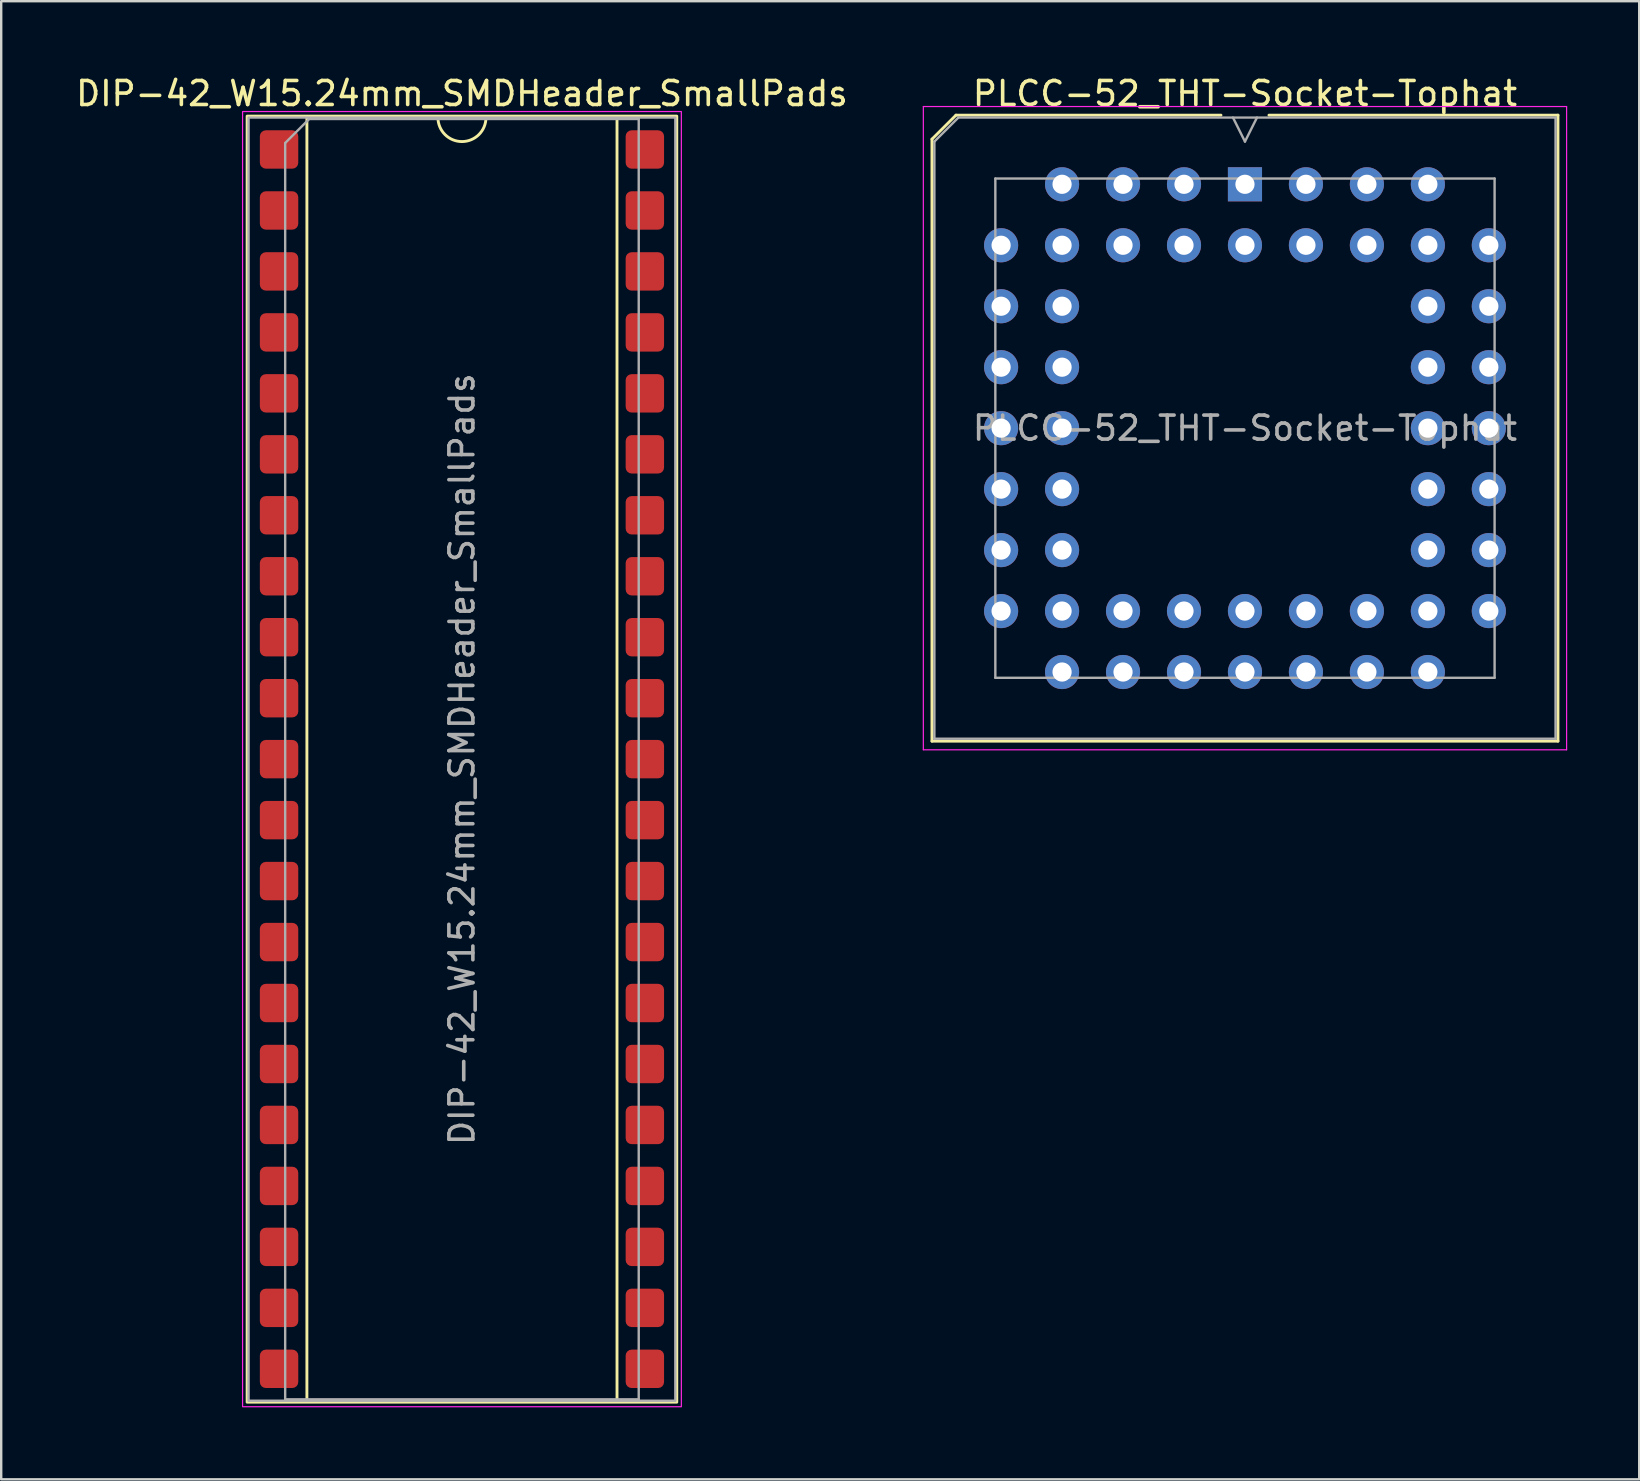
<source format=kicad_pcb>
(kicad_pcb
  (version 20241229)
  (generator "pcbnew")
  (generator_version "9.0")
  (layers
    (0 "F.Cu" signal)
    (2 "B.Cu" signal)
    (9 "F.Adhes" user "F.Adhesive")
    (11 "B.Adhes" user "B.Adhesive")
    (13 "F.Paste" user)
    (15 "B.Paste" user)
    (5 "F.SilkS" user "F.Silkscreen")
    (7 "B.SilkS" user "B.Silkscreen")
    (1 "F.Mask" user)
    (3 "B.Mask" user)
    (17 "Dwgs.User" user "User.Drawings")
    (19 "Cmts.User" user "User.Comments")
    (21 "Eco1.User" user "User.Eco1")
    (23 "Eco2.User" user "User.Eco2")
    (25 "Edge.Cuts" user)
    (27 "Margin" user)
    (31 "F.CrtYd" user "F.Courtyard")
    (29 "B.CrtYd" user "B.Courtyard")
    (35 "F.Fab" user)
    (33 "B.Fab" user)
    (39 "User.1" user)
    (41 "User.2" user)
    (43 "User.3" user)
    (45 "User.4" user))
  (footprint "DIP-42_W15.24mm_SMDHeader_SmallPads"
    (layer "F.Cu")
    (at 16.196 28.578)
    (property "Reference" "DIP-42_W15.24mm_SMDHeader_SmallPads" (at 0 -27.73 0) (layer "F.SilkS") (effects (font (size 1 1) (thickness 0.15))))
    (attr smd)
    (fp_line (start -6.46 -26.73) (end -6.46 26.73) (stroke (width 0.12) (type solid)) (layer "F.SilkS"))
    (fp_line (start -6.46 26.73) (end 6.46 26.73) (stroke (width 0.12) (type solid)) (layer "F.SilkS"))
    (fp_line (start -1 -26.73) (end -6.46 -26.73) (stroke (width 0.12) (type solid)) (layer "F.SilkS"))
    (fp_line (start 6.46 -26.73) (end 1 -26.73) (stroke (width 0.12) (type solid)) (layer "F.SilkS"))
    (fp_line (start 6.46 26.73) (end 6.46 -26.73) (stroke (width 0.12) (type solid)) (layer "F.SilkS"))
    (fp_rect (start -8.95 -26.79) (end 8.95 26.79) (stroke (width 0.12) (type solid)) (fill no) (layer "F.SilkS"))
    (fp_arc (start 1 -26.73) (mid 0 -25.73) (end -1 -26.73) (stroke (width 0.12) (type solid)) (layer "F.SilkS"))
    (fp_rect (start -9.14 -26.98) (end 9.14 26.98) (stroke (width 0.05) (type solid)) (fill no) (layer "F.CrtYd"))
    (fp_line (start -7.365 -25.67) (end -6.365 -26.67) (stroke (width 0.1) (type solid)) (layer "F.Fab"))
    (fp_line (start -7.365 26.67) (end -7.365 -25.67) (stroke (width 0.1) (type solid)) (layer "F.Fab"))
    (fp_line (start -6.365 -26.67) (end 7.365 -26.67) (stroke (width 0.1) (type solid)) (layer "F.Fab"))
    (fp_line (start 7.365 -26.67) (end 7.365 26.67) (stroke (width 0.1) (type solid)) (layer "F.Fab"))
    (fp_line (start 7.365 26.67) (end -7.365 26.67) (stroke (width 0.1) (type solid)) (layer "F.Fab"))
    (fp_rect (start -8.89 -26.73) (end 8.89 26.73) (stroke (width 0.1) (type solid)) (fill no) (layer "F.Fab"))
    (fp_text user "${REFERENCE}" (at 0 0 90) (layer "F.Fab") (effects (font (size 1 1) (thickness 0.15))))
    (pad "1" smd roundrect (at 7.62 -25.4) (size 1.6 1.6) (layers "F.Cu" "F.Mask" "F.Paste") (roundrect_rratio 0.156))
    (pad "2" smd roundrect (at 7.62 -22.86) (size 1.6 1.6) (layers "F.Cu" "F.Mask" "F.Paste") (roundrect_rratio 0.156))
    (pad "3" smd roundrect (at 7.62 -20.32) (size 1.6 1.6) (layers "F.Cu" "F.Mask" "F.Paste") (roundrect_rratio 0.156))
    (pad "4" smd roundrect (at 7.62 -17.78) (size 1.6 1.6) (layers "F.Cu" "F.Mask" "F.Paste") (roundrect_rratio 0.156))
    (pad "5" smd roundrect (at 7.62 -15.24) (size 1.6 1.6) (layers "F.Cu" "F.Mask" "F.Paste") (roundrect_rratio 0.156))
    (pad "6" smd roundrect (at 7.62 -12.7) (size 1.6 1.6) (layers "F.Cu" "F.Mask" "F.Paste") (roundrect_rratio 0.156))
    (pad "7" smd roundrect (at 7.62 -10.16) (size 1.6 1.6) (layers "F.Cu" "F.Mask" "F.Paste") (roundrect_rratio 0.156))
    (pad "8" smd roundrect (at 7.62 -7.62) (size 1.6 1.6) (layers "F.Cu" "F.Mask" "F.Paste") (roundrect_rratio 0.156))
    (pad "9" smd roundrect (at 7.62 -5.08) (size 1.6 1.6) (layers "F.Cu" "F.Mask" "F.Paste") (roundrect_rratio 0.156))
    (pad "10" smd roundrect (at 7.62 -2.54) (size 1.6 1.6) (layers "F.Cu" "F.Mask" "F.Paste") (roundrect_rratio 0.156))
    (pad "11" smd roundrect (at 7.62 0) (size 1.6 1.6) (layers "F.Cu" "F.Mask" "F.Paste") (roundrect_rratio 0.156))
    (pad "12" smd roundrect (at 7.62 2.54) (size 1.6 1.6) (layers "F.Cu" "F.Mask" "F.Paste") (roundrect_rratio 0.156))
    (pad "13" smd roundrect (at 7.62 5.08) (size 1.6 1.6) (layers "F.Cu" "F.Mask" "F.Paste") (roundrect_rratio 0.156))
    (pad "14" smd roundrect (at 7.62 7.62) (size 1.6 1.6) (layers "F.Cu" "F.Mask" "F.Paste") (roundrect_rratio 0.156))
    (pad "15" smd roundrect (at 7.62 10.16) (size 1.6 1.6) (layers "F.Cu" "F.Mask" "F.Paste") (roundrect_rratio 0.156))
    (pad "16" smd roundrect (at 7.62 12.7) (size 1.6 1.6) (layers "F.Cu" "F.Mask" "F.Paste") (roundrect_rratio 0.156))
    (pad "17" smd roundrect (at 7.62 15.24) (size 1.6 1.6) (layers "F.Cu" "F.Mask" "F.Paste") (roundrect_rratio 0.156))
    (pad "18" smd roundrect (at 7.62 17.78) (size 1.6 1.6) (layers "F.Cu" "F.Mask" "F.Paste") (roundrect_rratio 0.156))
    (pad "19" smd roundrect (at 7.62 20.32) (size 1.6 1.6) (layers "F.Cu" "F.Mask" "F.Paste") (roundrect_rratio 0.156))
    (pad "20" smd roundrect (at 7.62 22.86) (size 1.6 1.6) (layers "F.Cu" "F.Mask" "F.Paste") (roundrect_rratio 0.156))
    (pad "21" smd roundrect (at 7.62 25.4) (size 1.6 1.6) (layers "F.Cu" "F.Mask" "F.Paste") (roundrect_rratio 0.156))
    (pad "22" smd roundrect (at -7.62 25.4) (size 1.6 1.6) (layers "F.Cu" "F.Mask" "F.Paste") (roundrect_rratio 0.156))
    (pad "23" smd roundrect (at -7.62 22.86) (size 1.6 1.6) (layers "F.Cu" "F.Mask" "F.Paste") (roundrect_rratio 0.156))
    (pad "24" smd roundrect (at -7.62 20.32) (size 1.6 1.6) (layers "F.Cu" "F.Mask" "F.Paste") (roundrect_rratio 0.156))
    (pad "25" smd roundrect (at -7.62 17.78) (size 1.6 1.6) (layers "F.Cu" "F.Mask" "F.Paste") (roundrect_rratio 0.156))
    (pad "26" smd roundrect (at -7.62 15.24) (size 1.6 1.6) (layers "F.Cu" "F.Mask" "F.Paste") (roundrect_rratio 0.156))
    (pad "27" smd roundrect (at -7.62 12.7) (size 1.6 1.6) (layers "F.Cu" "F.Mask" "F.Paste") (roundrect_rratio 0.156))
    (pad "28" smd roundrect (at -7.62 10.16) (size 1.6 1.6) (layers "F.Cu" "F.Mask" "F.Paste") (roundrect_rratio 0.156))
    (pad "29" smd roundrect (at -7.62 7.62) (size 1.6 1.6) (layers "F.Cu" "F.Mask" "F.Paste") (roundrect_rratio 0.156))
    (pad "30" smd roundrect (at -7.62 5.08) (size 1.6 1.6) (layers "F.Cu" "F.Mask" "F.Paste") (roundrect_rratio 0.156))
    (pad "31" smd roundrect (at -7.62 2.54) (size 1.6 1.6) (layers "F.Cu" "F.Mask" "F.Paste") (roundrect_rratio 0.156))
    (pad "32" smd roundrect (at -7.62 0) (size 1.6 1.6) (layers "F.Cu" "F.Mask" "F.Paste") (roundrect_rratio 0.156))
    (pad "33" smd roundrect (at -7.62 -2.54) (size 1.6 1.6) (layers "F.Cu" "F.Mask" "F.Paste") (roundrect_rratio 0.156))
    (pad "34" smd roundrect (at -7.62 -5.08) (size 1.6 1.6) (layers "F.Cu" "F.Mask" "F.Paste") (roundrect_rratio 0.156))
    (pad "35" smd roundrect (at -7.62 -7.62) (size 1.6 1.6) (layers "F.Cu" "F.Mask" "F.Paste") (roundrect_rratio 0.156))
    (pad "36" smd roundrect (at -7.62 -10.16) (size 1.6 1.6) (layers "F.Cu" "F.Mask" "F.Paste") (roundrect_rratio 0.156))
    (pad "37" smd roundrect (at -7.62 -12.7) (size 1.6 1.6) (layers "F.Cu" "F.Mask" "F.Paste") (roundrect_rratio 0.156))
    (pad "38" smd roundrect (at -7.62 -15.24) (size 1.6 1.6) (layers "F.Cu" "F.Mask" "F.Paste") (roundrect_rratio 0.156))
    (pad "39" smd roundrect (at -7.62 -17.78) (size 1.6 1.6) (layers "F.Cu" "F.Mask" "F.Paste") (roundrect_rratio 0.156))
    (pad "40" smd roundrect (at -7.62 -20.32) (size 1.6 1.6) (layers "F.Cu" "F.Mask" "F.Paste") (roundrect_rratio 0.156))
    (pad "41" smd roundrect (at -7.62 -22.86) (size 1.6 1.6) (layers "F.Cu" "F.Mask" "F.Paste") (roundrect_rratio 0.156))
    (pad "42" smd roundrect (at -7.62 -25.4) (size 1.6 1.6) (layers "F.Cu" "F.Mask" "F.Paste") (roundrect_rratio 0.156)))
  (footprint "PLCC-52_THT-Socket-Tophat"
    (layer "F.Cu")
    (at 48.818 4.628)
    (property "Reference" "PLCC-52_THT-Socket-Tophat" (at 0 -3.78 0) (layer "F.SilkS") (effects (font (size 1 1) (thickness 0.15))))
    (attr through_hole)
    (fp_line (start -13.04 -1.88) (end -13.04 23.2) (stroke (width 0.12) (type solid)) (layer "F.SilkS"))
    (fp_line (start -13.04 23.2) (end 13.04 23.2) (stroke (width 0.12) (type solid)) (layer "F.SilkS"))
    (fp_line (start -12.04 -2.88) (end -13.04 -1.88) (stroke (width 0.12) (type solid)) (layer "F.SilkS"))
    (fp_line (start -1 -2.88) (end -12.04 -2.88) (stroke (width 0.12) (type solid)) (layer "F.SilkS"))
    (fp_line (start 13.04 -2.88) (end 1 -2.88) (stroke (width 0.12) (type solid)) (layer "F.SilkS"))
    (fp_line (start 13.04 23.2) (end 13.04 -2.88) (stroke (width 0.12) (type solid)) (layer "F.SilkS"))
    (fp_line (start -13.4 -3.24) (end -13.4 23.56) (stroke (width 0.05) (type solid)) (layer "F.CrtYd"))
    (fp_line (start -13.4 23.56) (end 13.4 23.56) (stroke (width 0.05) (type solid)) (layer "F.CrtYd"))
    (fp_line (start 13.4 -3.24) (end -13.4 -3.24) (stroke (width 0.05) (type solid)) (layer "F.CrtYd"))
    (fp_line (start 13.4 23.56) (end 13.4 -3.24) (stroke (width 0.05) (type solid)) (layer "F.CrtYd"))
    (fp_line (start -12.94 -1.78) (end -12.94 23.1) (stroke (width 0.1) (type solid)) (layer "F.Fab"))
    (fp_line (start -12.94 23.1) (end 12.94 23.1) (stroke (width 0.1) (type solid)) (layer "F.Fab"))
    (fp_line (start -11.94 -2.78) (end -12.94 -1.78) (stroke (width 0.1) (type solid)) (layer "F.Fab"))
    (fp_line (start -10.4 -0.24) (end -10.4 20.56) (stroke (width 0.1) (type solid)) (layer "F.Fab"))
    (fp_line (start -10.4 20.56) (end 10.4 20.56) (stroke (width 0.1) (type solid)) (layer "F.Fab"))
    (fp_line (start -0.5 -2.78) (end 0 -1.78) (stroke (width 0.1) (type solid)) (layer "F.Fab"))
    (fp_line (start 0 -1.78) (end 0.5 -2.78) (stroke (width 0.1) (type solid)) (layer "F.Fab"))
    (fp_line (start 10.4 -0.24) (end -10.4 -0.24) (stroke (width 0.1) (type solid)) (layer "F.Fab"))
    (fp_line (start 10.4 20.56) (end 10.4 -0.24) (stroke (width 0.1) (type solid)) (layer "F.Fab"))
    (fp_line (start 12.94 -2.78) (end -11.94 -2.78) (stroke (width 0.1) (type solid)) (layer "F.Fab"))
    (fp_line (start 12.94 23.1) (end 12.94 -2.78) (stroke (width 0.1) (type solid)) (layer "F.Fab"))
    (fp_text user "${REFERENCE}" (at 0 10.16 0) (layer "F.Fab") (effects (font (size 1 1) (thickness 0.15))))
    (pad "1" thru_hole rect (at 0 0) (size 1.422 1.422) (drill 0.8) (layers "*.Cu" "*.Mask"))
    (pad "2" thru_hole circle (at 2.54 2.54) (size 1.422 1.422) (drill 0.8) (layers "*.Cu" "*.Mask"))
    (pad "3" thru_hole circle (at 2.54 0) (size 1.422 1.422) (drill 0.8) (layers "*.Cu" "*.Mask"))
    (pad "4" thru_hole circle (at 5.08 2.54) (size 1.422 1.422) (drill 0.8) (layers "*.Cu" "*.Mask"))
    (pad "5" thru_hole circle (at 5.08 0) (size 1.422 1.422) (drill 0.8) (layers "*.Cu" "*.Mask"))
    (pad "6" thru_hole circle (at 7.62 2.54) (size 1.422 1.422) (drill 0.8) (layers "*.Cu" "*.Mask"))
    (pad "7" thru_hole circle (at 7.62 0) (size 1.422 1.422) (drill 0.8) (layers "*.Cu" "*.Mask"))
    (pad "8" thru_hole circle (at 10.16 2.54) (size 1.422 1.422) (drill 0.8) (layers "*.Cu" "*.Mask"))
    (pad "9" thru_hole circle (at 7.62 5.08) (size 1.422 1.422) (drill 0.8) (layers "*.Cu" "*.Mask"))
    (pad "10" thru_hole circle (at 10.16 5.08) (size 1.422 1.422) (drill 0.8) (layers "*.Cu" "*.Mask"))
    (pad "11" thru_hole circle (at 7.62 7.62) (size 1.422 1.422) (drill 0.8) (layers "*.Cu" "*.Mask"))
    (pad "12" thru_hole circle (at 10.16 7.62) (size 1.422 1.422) (drill 0.8) (layers "*.Cu" "*.Mask"))
    (pad "13" thru_hole circle (at 7.62 10.16) (size 1.422 1.422) (drill 0.8) (layers "*.Cu" "*.Mask"))
    (pad "14" thru_hole circle (at 10.16 10.16) (size 1.422 1.422) (drill 0.8) (layers "*.Cu" "*.Mask"))
    (pad "15" thru_hole circle (at 7.62 12.7) (size 1.422 1.422) (drill 0.8) (layers "*.Cu" "*.Mask"))
    (pad "16" thru_hole circle (at 10.16 12.7) (size 1.422 1.422) (drill 0.8) (layers "*.Cu" "*.Mask"))
    (pad "17" thru_hole circle (at 7.62 15.24) (size 1.422 1.422) (drill 0.8) (layers "*.Cu" "*.Mask"))
    (pad "18" thru_hole circle (at 10.16 15.24) (size 1.422 1.422) (drill 0.8) (layers "*.Cu" "*.Mask"))
    (pad "19" thru_hole circle (at 7.62 17.78) (size 1.422 1.422) (drill 0.8) (layers "*.Cu" "*.Mask"))
    (pad "20" thru_hole circle (at 10.16 17.78) (size 1.422 1.422) (drill 0.8) (layers "*.Cu" "*.Mask"))
    (pad "21" thru_hole circle (at 7.62 20.32) (size 1.422 1.422) (drill 0.8) (layers "*.Cu" "*.Mask"))
    (pad "22" thru_hole circle (at 5.08 17.78) (size 1.422 1.422) (drill 0.8) (layers "*.Cu" "*.Mask"))
    (pad "23" thru_hole circle (at 5.08 20.32) (size 1.422 1.422) (drill 0.8) (layers "*.Cu" "*.Mask"))
    (pad "24" thru_hole circle (at 2.54 17.78) (size 1.422 1.422) (drill 0.8) (layers "*.Cu" "*.Mask"))
    (pad "25" thru_hole circle (at 2.54 20.32) (size 1.422 1.422) (drill 0.8) (layers "*.Cu" "*.Mask"))
    (pad "26" thru_hole circle (at 0 17.78) (size 1.422 1.422) (drill 0.8) (layers "*.Cu" "*.Mask"))
    (pad "27" thru_hole circle (at 0 20.32) (size 1.422 1.422) (drill 0.8) (layers "*.Cu" "*.Mask"))
    (pad "28" thru_hole circle (at -2.54 17.78) (size 1.422 1.422) (drill 0.8) (layers "*.Cu" "*.Mask"))
    (pad "29" thru_hole circle (at -2.54 20.32) (size 1.422 1.422) (drill 0.8) (layers "*.Cu" "*.Mask"))
    (pad "30" thru_hole circle (at -5.08 17.78) (size 1.422 1.422) (drill 0.8) (layers "*.Cu" "*.Mask"))
    (pad "31" thru_hole circle (at -5.08 20.32) (size 1.422 1.422) (drill 0.8) (layers "*.Cu" "*.Mask"))
    (pad "32" thru_hole circle (at -7.62 17.78) (size 1.422 1.422) (drill 0.8) (layers "*.Cu" "*.Mask"))
    (pad "33" thru_hole circle (at -7.62 20.32) (size 1.422 1.422) (drill 0.8) (layers "*.Cu" "*.Mask"))
    (pad "34" thru_hole circle (at -10.16 17.78) (size 1.422 1.422) (drill 0.8) (layers "*.Cu" "*.Mask"))
    (pad "35" thru_hole circle (at -7.62 15.24) (size 1.422 1.422) (drill 0.8) (layers "*.Cu" "*.Mask"))
    (pad "36" thru_hole circle (at -10.16 15.24) (size 1.422 1.422) (drill 0.8) (layers "*.Cu" "*.Mask"))
    (pad "37" thru_hole circle (at -7.62 12.7) (size 1.422 1.422) (drill 0.8) (layers "*.Cu" "*.Mask"))
    (pad "38" thru_hole circle (at -10.16 12.7) (size 1.422 1.422) (drill 0.8) (layers "*.Cu" "*.Mask"))
    (pad "39" thru_hole circle (at -7.62 10.16) (size 1.422 1.422) (drill 0.8) (layers "*.Cu" "*.Mask"))
    (pad "40" thru_hole circle (at -10.16 10.16) (size 1.422 1.422) (drill 0.8) (layers "*.Cu" "*.Mask"))
    (pad "41" thru_hole circle (at -7.62 7.62) (size 1.422 1.422) (drill 0.8) (layers "*.Cu" "*.Mask"))
    (pad "42" thru_hole circle (at -10.16 7.62) (size 1.422 1.422) (drill 0.8) (layers "*.Cu" "*.Mask"))
    (pad "43" thru_hole circle (at -7.62 5.08) (size 1.422 1.422) (drill 0.8) (layers "*.Cu" "*.Mask"))
    (pad "44" thru_hole circle (at -10.16 5.08) (size 1.422 1.422) (drill 0.8) (layers "*.Cu" "*.Mask"))
    (pad "45" thru_hole circle (at -7.62 2.54) (size 1.422 1.422) (drill 0.8) (layers "*.Cu" "*.Mask"))
    (pad "46" thru_hole circle (at -10.16 2.54) (size 1.422 1.422) (drill 0.8) (layers "*.Cu" "*.Mask"))
    (pad "47" thru_hole circle (at -7.62 0) (size 1.422 1.422) (drill 0.8) (layers "*.Cu" "*.Mask"))
    (pad "48" thru_hole circle (at -5.08 2.54) (size 1.422 1.422) (drill 0.8) (layers "*.Cu" "*.Mask"))
    (pad "49" thru_hole circle (at -5.08 0) (size 1.422 1.422) (drill 0.8) (layers "*.Cu" "*.Mask"))
    (pad "50" thru_hole circle (at -2.54 2.54) (size 1.422 1.422) (drill 0.8) (layers "*.Cu" "*.Mask"))
    (pad "51" thru_hole circle (at -2.54 0) (size 1.422 1.422) (drill 0.8) (layers "*.Cu" "*.Mask"))
    (pad "52" thru_hole circle (at 0 2.54) (size 1.422 1.422) (drill 0.8) (layers "*.Cu" "*.Mask")))
  (gr_rect
    (start -3 -3)
    (end 65.243 58.583)
    (stroke (width 0.1) (type default))
    (fill no)
    (layer "Edge.Cuts")))
</source>
